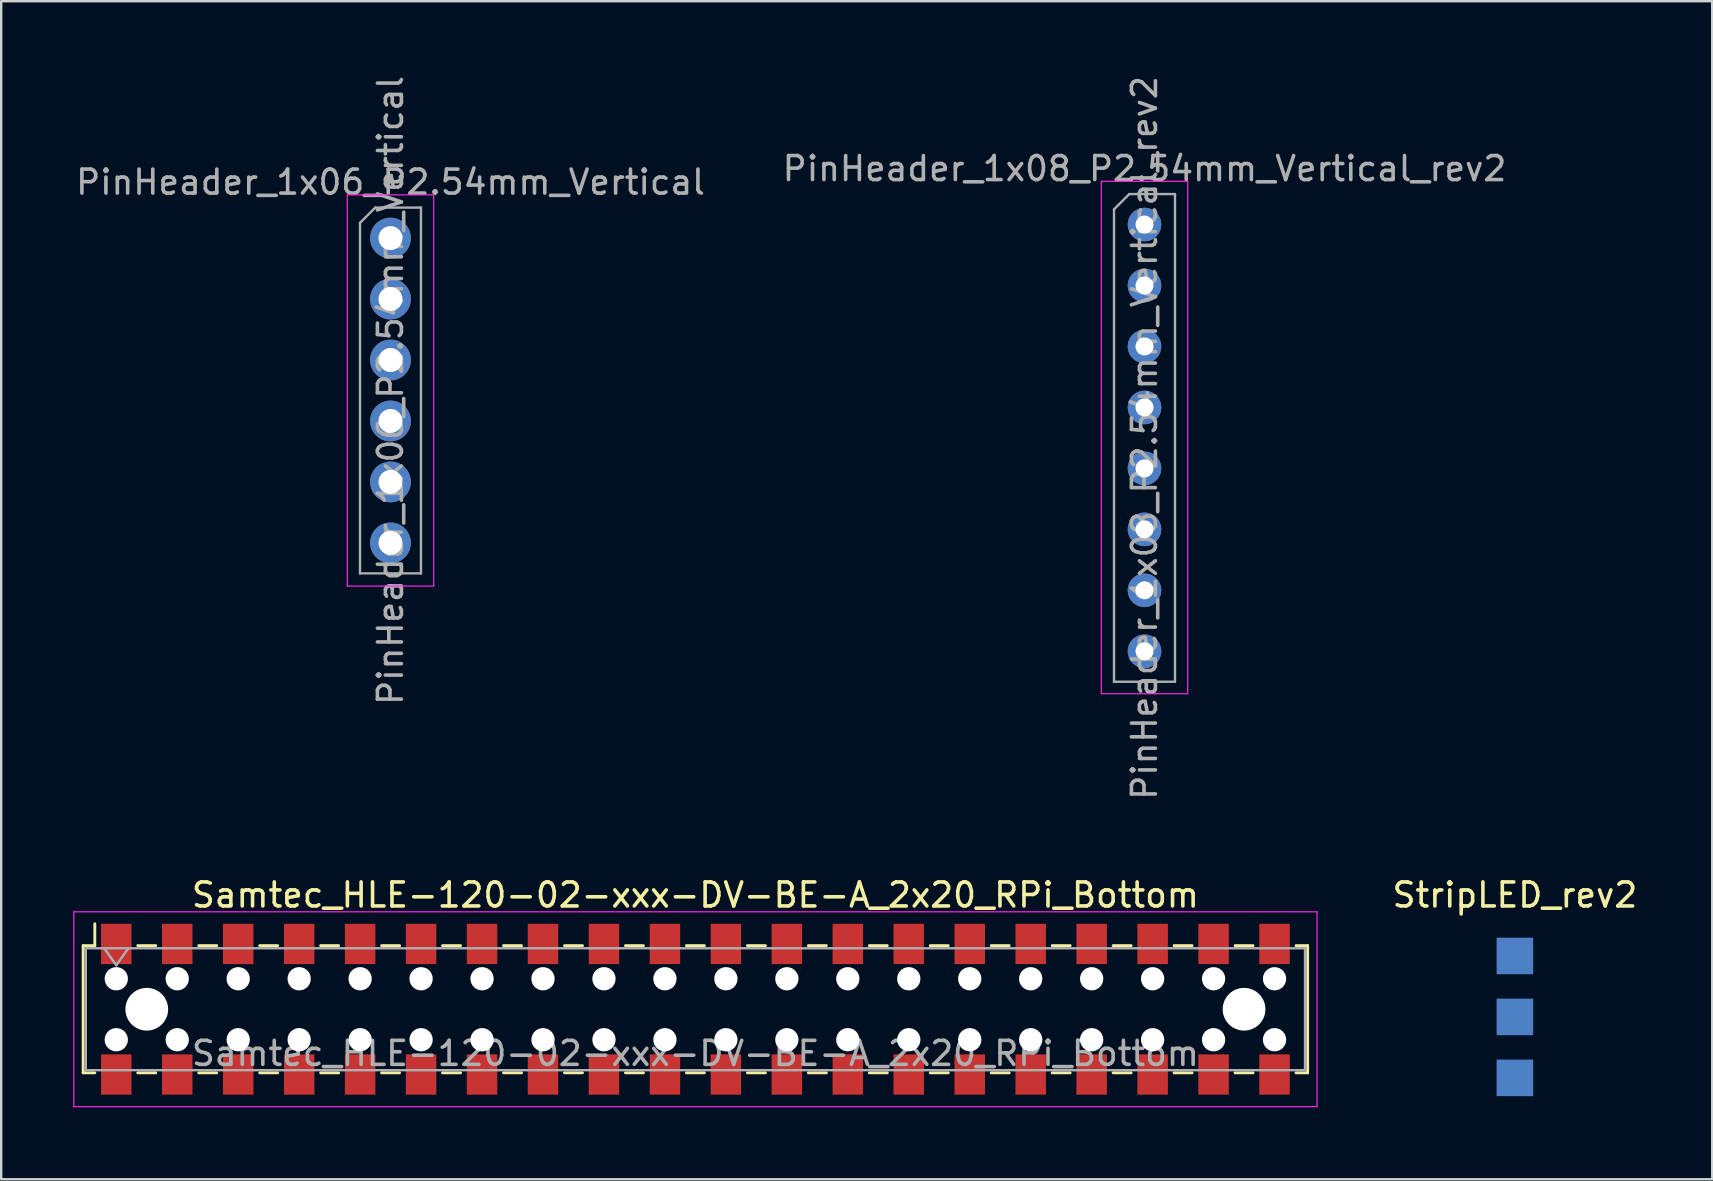
<source format=kicad_pcb>
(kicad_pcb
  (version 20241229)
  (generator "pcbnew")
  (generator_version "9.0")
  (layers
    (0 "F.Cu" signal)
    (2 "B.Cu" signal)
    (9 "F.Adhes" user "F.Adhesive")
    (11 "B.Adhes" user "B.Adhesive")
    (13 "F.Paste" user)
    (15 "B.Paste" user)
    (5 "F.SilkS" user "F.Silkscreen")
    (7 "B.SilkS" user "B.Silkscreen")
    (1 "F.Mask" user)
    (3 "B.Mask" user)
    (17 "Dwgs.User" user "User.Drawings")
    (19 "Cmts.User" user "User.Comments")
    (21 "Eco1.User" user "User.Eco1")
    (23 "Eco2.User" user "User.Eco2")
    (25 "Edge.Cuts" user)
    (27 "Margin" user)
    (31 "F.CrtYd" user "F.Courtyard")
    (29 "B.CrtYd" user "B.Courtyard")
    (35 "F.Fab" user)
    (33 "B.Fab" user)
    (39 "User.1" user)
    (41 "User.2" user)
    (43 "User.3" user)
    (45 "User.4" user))
  (footprint "PinHeader_1x06_P2.54mm_Vertical"
    (layer "F.Cu")
    (at 13.22 6.87)
    (property "Reference" "PinHeader_1x06_P2.54mm_Vertical" (at 0 -2.33 0) (layer "F.Fab") (effects (font (size 1 1) (thickness 0.15))))
    (attr through_hole)
    (fp_line (start -1.8 -1.8) (end -1.8 14.5) (stroke (width 0.05) (type solid)) (layer "F.CrtYd"))
    (fp_line (start -1.8 14.5) (end 1.8 14.5) (stroke (width 0.05) (type solid)) (layer "F.CrtYd"))
    (fp_line (start 1.8 -1.8) (end -1.8 -1.8) (stroke (width 0.05) (type solid)) (layer "F.CrtYd"))
    (fp_line (start 1.8 14.5) (end 1.8 -1.8) (stroke (width 0.05) (type solid)) (layer "F.CrtYd"))
    (fp_line (start -1.27 -0.635) (end -0.635 -1.27) (stroke (width 0.1) (type solid)) (layer "F.Fab"))
    (fp_line (start -1.27 13.97) (end -1.27 -0.635) (stroke (width 0.1) (type solid)) (layer "F.Fab"))
    (fp_line (start -0.635 -1.27) (end 1.27 -1.27) (stroke (width 0.1) (type solid)) (layer "F.Fab"))
    (fp_line (start 1.27 -1.27) (end 1.27 13.97) (stroke (width 0.1) (type solid)) (layer "F.Fab"))
    (fp_line (start 1.27 13.97) (end -1.27 13.97) (stroke (width 0.1) (type solid)) (layer "F.Fab"))
    (fp_text user "${REFERENCE}" (at 0 6.35 90) (layer "F.Fab") (effects (font (size 1 1) (thickness 0.15))))
    (pad "1" thru_hole circle (at 0 0) (size 1.7 1.7) (drill 1) (layers "*.Cu" "*.Mask"))
    (pad "2" thru_hole oval (at 0 2.54) (size 1.7 1.7) (drill 1) (layers "*.Cu" "*.Mask"))
    (pad "3" thru_hole oval (at 0 5.08) (size 1.7 1.7) (drill 1) (layers "*.Cu" "*.Mask"))
    (pad "4" thru_hole oval (at 0 7.62) (size 1.7 1.7) (drill 1) (layers "*.Cu" "*.Mask"))
    (pad "5" thru_hole oval (at 0 10.16) (size 1.7 1.7) (drill 1) (layers "*.Cu" "*.Mask"))
    (pad "6" thru_hole oval (at 0 12.7) (size 1.7 1.7) (drill 1) (layers "*.Cu" "*.Mask")))
  (footprint "StripLED_rev2"
    (layer "F.Cu")
    (at 60.07 36.781)
    (property "Reference" "StripLED_rev2" (at 0 -2.54 0) (layer "F.SilkS") (effects (font (size 1 1) (thickness 0.15))))
    (attr through_hole)
    (pad "1" smd rect (at 0 5.08) (size 1.524 1.524) (layers "B.Cu" "B.Mask" "B.Paste"))
    (pad "2" smd rect (at 0 2.54) (size 1.524 1.524) (layers "B.Cu" "B.Mask" "B.Paste"))
    (pad "3" smd rect (at 0 0) (size 1.524 1.524) (layers "B.Cu" "B.Mask" "B.Paste")))
  (footprint "PinHeader_1x08_P2.54mm_Vertical_rev2"
    (layer "F.Cu")
    (at 44.637 6.306)
    (property "Reference" "PinHeader_1x08_P2.54mm_Vertical_rev2" (at 0 -2.33 0) (layer "F.Fab") (effects (font (size 1 1) (thickness 0.15))))
    (attr through_hole)
    (fp_line (start -1.8 -1.8) (end -1.8 19.55) (stroke (width 0.05) (type solid)) (layer "F.CrtYd"))
    (fp_line (start -1.8 19.55) (end 1.8 19.55) (stroke (width 0.05) (type solid)) (layer "F.CrtYd"))
    (fp_line (start 1.8 -1.8) (end -1.8 -1.8) (stroke (width 0.05) (type solid)) (layer "F.CrtYd"))
    (fp_line (start 1.8 19.55) (end 1.8 -1.8) (stroke (width 0.05) (type solid)) (layer "F.CrtYd"))
    (fp_line (start -1.27 -0.635) (end -0.635 -1.27) (stroke (width 0.1) (type solid)) (layer "F.Fab"))
    (fp_line (start -1.27 19.05) (end -1.27 -0.635) (stroke (width 0.1) (type solid)) (layer "F.Fab"))
    (fp_line (start -0.635 -1.27) (end 1.27 -1.27) (stroke (width 0.1) (type solid)) (layer "F.Fab"))
    (fp_line (start 1.27 -1.27) (end 1.27 19.05) (stroke (width 0.1) (type solid)) (layer "F.Fab"))
    (fp_line (start 1.27 19.05) (end -1.27 19.05) (stroke (width 0.1) (type solid)) (layer "F.Fab"))
    (fp_text user "${REFERENCE}" (at 0 8.89 90) (layer "F.Fab") (effects (font (size 1 1) (thickness 0.15))))
    (pad "1" thru_hole circle (at 0 0) (size 1.4 1.4) (drill 0.75) (layers "*.Cu" "*.Mask"))
    (pad "2" thru_hole circle (at 0 2.54) (size 1.4 1.4) (drill 0.75) (layers "*.Cu" "*.Mask"))
    (pad "3" thru_hole circle (at 0 5.08) (size 1.4 1.4) (drill 0.75) (layers "*.Cu" "*.Mask"))
    (pad "4" thru_hole circle (at 0 7.62) (size 1.4 1.4) (drill 0.75) (layers "*.Cu" "*.Mask"))
    (pad "5" thru_hole circle (at 0 10.16) (size 1.4 1.4) (drill 0.75) (layers "*.Cu" "*.Mask"))
    (pad "6" thru_hole circle (at 0 12.7) (size 1.4 1.4) (drill 0.75) (layers "*.Cu" "*.Mask"))
    (pad "7" thru_hole circle (at 0 15.24) (size 1.4 1.4) (drill 0.75) (layers "*.Cu" "*.Mask"))
    (pad "8" thru_hole circle (at 0 17.78) (size 1.4 1.4) (drill 0.75) (layers "*.Cu" "*.Mask")))
  (footprint "Samtec_HLE-120-02-xxx-DV-BE-A_2x20_RPi_Bottom"
    (layer "F.Cu")
    (at 25.925 39.001)
    (property "Reference" "Samtec_HLE-120-02-xxx-DV-BE-A_2x20_RPi_Bottom" (at 0 -4.76 0) (layer "F.SilkS") (effects (font (size 1 1) (thickness 0.15))))
    (attr smd)
    (fp_line (start -25.51 -2.65) (end -25.51 2.65) (stroke (width 0.12) (type solid)) (layer "F.SilkS"))
    (fp_line (start -25.51 2.65) (end -25.025 2.65) (stroke (width 0.12) (type solid)) (layer "F.SilkS"))
    (fp_line (start -25.025 -3.56) (end -25.025 -2.65) (stroke (width 0.12) (type solid)) (layer "F.SilkS"))
    (fp_line (start -25.025 -2.65) (end -25.51 -2.65) (stroke (width 0.12) (type solid)) (layer "F.SilkS"))
    (fp_line (start -23.235 -2.65) (end -22.485 -2.65) (stroke (width 0.12) (type solid)) (layer "F.SilkS"))
    (fp_line (start -23.235 2.65) (end -22.485 2.65) (stroke (width 0.12) (type solid)) (layer "F.SilkS"))
    (fp_line (start -20.695 -2.65) (end -19.945 -2.65) (stroke (width 0.12) (type solid)) (layer "F.SilkS"))
    (fp_line (start -20.695 2.65) (end -19.945 2.65) (stroke (width 0.12) (type solid)) (layer "F.SilkS"))
    (fp_line (start -18.155 -2.65) (end -17.405 -2.65) (stroke (width 0.12) (type solid)) (layer "F.SilkS"))
    (fp_line (start -18.155 2.65) (end -17.405 2.65) (stroke (width 0.12) (type solid)) (layer "F.SilkS"))
    (fp_line (start -15.615 -2.65) (end -14.865 -2.65) (stroke (width 0.12) (type solid)) (layer "F.SilkS"))
    (fp_line (start -15.615 2.65) (end -14.865 2.65) (stroke (width 0.12) (type solid)) (layer "F.SilkS"))
    (fp_line (start -13.075 -2.65) (end -12.325 -2.65) (stroke (width 0.12) (type solid)) (layer "F.SilkS"))
    (fp_line (start -13.075 2.65) (end -12.325 2.65) (stroke (width 0.12) (type solid)) (layer "F.SilkS"))
    (fp_line (start -10.535 -2.65) (end -9.785 -2.65) (stroke (width 0.12) (type solid)) (layer "F.SilkS"))
    (fp_line (start -10.535 2.65) (end -9.785 2.65) (stroke (width 0.12) (type solid)) (layer "F.SilkS"))
    (fp_line (start -7.995 -2.65) (end -7.245 -2.65) (stroke (width 0.12) (type solid)) (layer "F.SilkS"))
    (fp_line (start -7.995 2.65) (end -7.245 2.65) (stroke (width 0.12) (type solid)) (layer "F.SilkS"))
    (fp_line (start -5.455 -2.65) (end -4.705 -2.65) (stroke (width 0.12) (type solid)) (layer "F.SilkS"))
    (fp_line (start -5.455 2.65) (end -4.705 2.65) (stroke (width 0.12) (type solid)) (layer "F.SilkS"))
    (fp_line (start -2.915 -2.65) (end -2.165 -2.65) (stroke (width 0.12) (type solid)) (layer "F.SilkS"))
    (fp_line (start -2.915 2.65) (end -2.165 2.65) (stroke (width 0.12) (type solid)) (layer "F.SilkS"))
    (fp_line (start -0.375 -2.65) (end 0.375 -2.65) (stroke (width 0.12) (type solid)) (layer "F.SilkS"))
    (fp_line (start -0.375 2.65) (end 0.375 2.65) (stroke (width 0.12) (type solid)) (layer "F.SilkS"))
    (fp_line (start 2.165 -2.65) (end 2.915 -2.65) (stroke (width 0.12) (type solid)) (layer "F.SilkS"))
    (fp_line (start 2.165 2.65) (end 2.915 2.65) (stroke (width 0.12) (type solid)) (layer "F.SilkS"))
    (fp_line (start 4.705 -2.65) (end 5.455 -2.65) (stroke (width 0.12) (type solid)) (layer "F.SilkS"))
    (fp_line (start 4.705 2.65) (end 5.455 2.65) (stroke (width 0.12) (type solid)) (layer "F.SilkS"))
    (fp_line (start 7.245 -2.65) (end 7.995 -2.65) (stroke (width 0.12) (type solid)) (layer "F.SilkS"))
    (fp_line (start 7.245 2.65) (end 7.995 2.65) (stroke (width 0.12) (type solid)) (layer "F.SilkS"))
    (fp_line (start 9.785 -2.65) (end 10.535 -2.65) (stroke (width 0.12) (type solid)) (layer "F.SilkS"))
    (fp_line (start 9.785 2.65) (end 10.535 2.65) (stroke (width 0.12) (type solid)) (layer "F.SilkS"))
    (fp_line (start 12.325 -2.65) (end 13.075 -2.65) (stroke (width 0.12) (type solid)) (layer "F.SilkS"))
    (fp_line (start 12.325 2.65) (end 13.075 2.65) (stroke (width 0.12) (type solid)) (layer "F.SilkS"))
    (fp_line (start 14.865 -2.65) (end 15.615 -2.65) (stroke (width 0.12) (type solid)) (layer "F.SilkS"))
    (fp_line (start 14.865 2.65) (end 15.615 2.65) (stroke (width 0.12) (type solid)) (layer "F.SilkS"))
    (fp_line (start 17.405 -2.65) (end 18.155 -2.65) (stroke (width 0.12) (type solid)) (layer "F.SilkS"))
    (fp_line (start 17.405 2.65) (end 18.155 2.65) (stroke (width 0.12) (type solid)) (layer "F.SilkS"))
    (fp_line (start 19.945 -2.65) (end 20.695 -2.65) (stroke (width 0.12) (type solid)) (layer "F.SilkS"))
    (fp_line (start 19.945 2.65) (end 20.695 2.65) (stroke (width 0.12) (type solid)) (layer "F.SilkS"))
    (fp_line (start 22.485 -2.65) (end 23.235 -2.65) (stroke (width 0.12) (type solid)) (layer "F.SilkS"))
    (fp_line (start 22.485 2.65) (end 23.235 2.65) (stroke (width 0.12) (type solid)) (layer "F.SilkS"))
    (fp_line (start 25.025 -2.65) (end 25.51 -2.65) (stroke (width 0.12) (type solid)) (layer "F.SilkS"))
    (fp_line (start 25.51 -2.65) (end 25.51 2.65) (stroke (width 0.12) (type solid)) (layer "F.SilkS"))
    (fp_line (start 25.51 2.65) (end 25.025 2.65) (stroke (width 0.12) (type solid)) (layer "F.SilkS"))
    (fp_line (start -25.9 -4.06) (end 25.9 -4.06) (stroke (width 0.05) (type solid)) (layer "F.CrtYd"))
    (fp_line (start -25.9 4.06) (end -25.9 -4.06) (stroke (width 0.05) (type solid)) (layer "F.CrtYd"))
    (fp_line (start 25.9 -4.06) (end 25.9 4.06) (stroke (width 0.05) (type solid)) (layer "F.CrtYd"))
    (fp_line (start 25.9 4.06) (end -25.9 4.06) (stroke (width 0.05) (type solid)) (layer "F.CrtYd"))
    (fp_line (start -25.4 -2.54) (end 25.4 -2.54) (stroke (width 0.1) (type solid)) (layer "F.Fab"))
    (fp_line (start -25.4 2.54) (end -25.4 -2.54) (stroke (width 0.1) (type solid)) (layer "F.Fab"))
    (fp_line (start -24.63 -2.54) (end -24.13 -1.833) (stroke (width 0.1) (type solid)) (layer "F.Fab"))
    (fp_line (start -24.13 -1.833) (end -23.63 -2.54) (stroke (width 0.1) (type solid)) (layer "F.Fab"))
    (fp_line (start 25.4 -2.54) (end 25.4 2.54) (stroke (width 0.1) (type solid)) (layer "F.Fab"))
    (fp_line (start 25.4 2.54) (end -25.4 2.54) (stroke (width 0.1) (type solid)) (layer "F.Fab"))
    (fp_text user "${REFERENCE}" (at 0 1.84 0) (layer "F.Fab") (effects (font (size 1 1) (thickness 0.15))))
    (pad "" np_thru_hole circle (at -24.13 -1.27) (size 0.97 0.97) (drill 0.97) (layers "*.Cu" "*.Mask"))
    (pad "" np_thru_hole circle (at -24.13 1.27) (size 0.97 0.97) (drill 0.97) (layers "*.Cu" "*.Mask"))
    (pad "" np_thru_hole circle (at -22.86 0) (size 1.78 1.78) (drill 1.78) (layers "*.Cu" "*.Mask"))
    (pad "" np_thru_hole circle (at -21.59 -1.27) (size 0.97 0.97) (drill 0.97) (layers "*.Cu" "*.Mask"))
    (pad "" np_thru_hole circle (at -21.59 1.27) (size 0.97 0.97) (drill 0.97) (layers "*.Cu" "*.Mask"))
    (pad "" np_thru_hole circle (at -19.05 -1.27) (size 0.97 0.97) (drill 0.97) (layers "*.Cu" "*.Mask"))
    (pad "" np_thru_hole circle (at -19.05 1.27) (size 0.97 0.97) (drill 0.97) (layers "*.Cu" "*.Mask"))
    (pad "" np_thru_hole circle (at -16.51 -1.27) (size 0.97 0.97) (drill 0.97) (layers "*.Cu" "*.Mask"))
    (pad "" np_thru_hole circle (at -16.51 1.27) (size 0.97 0.97) (drill 0.97) (layers "*.Cu" "*.Mask"))
    (pad "" np_thru_hole circle (at -13.97 -1.27) (size 0.97 0.97) (drill 0.97) (layers "*.Cu" "*.Mask"))
    (pad "" np_thru_hole circle (at -13.97 1.27) (size 0.97 0.97) (drill 0.97) (layers "*.Cu" "*.Mask"))
    (pad "" np_thru_hole circle (at -11.43 -1.27) (size 0.97 0.97) (drill 0.97) (layers "*.Cu" "*.Mask"))
    (pad "" np_thru_hole circle (at -11.43 1.27) (size 0.97 0.97) (drill 0.97) (layers "*.Cu" "*.Mask"))
    (pad "" np_thru_hole circle (at -8.89 -1.27) (size 0.97 0.97) (drill 0.97) (layers "*.Cu" "*.Mask"))
    (pad "" np_thru_hole circle (at -8.89 1.27) (size 0.97 0.97) (drill 0.97) (layers "*.Cu" "*.Mask"))
    (pad "" np_thru_hole circle (at -6.35 -1.27) (size 0.97 0.97) (drill 0.97) (layers "*.Cu" "*.Mask"))
    (pad "" np_thru_hole circle (at -6.35 1.27) (size 0.97 0.97) (drill 0.97) (layers "*.Cu" "*.Mask"))
    (pad "" np_thru_hole circle (at -3.81 -1.27) (size 0.97 0.97) (drill 0.97) (layers "*.Cu" "*.Mask"))
    (pad "" np_thru_hole circle (at -3.81 1.27) (size 0.97 0.97) (drill 0.97) (layers "*.Cu" "*.Mask"))
    (pad "" np_thru_hole circle (at -1.27 -1.27) (size 0.97 0.97) (drill 0.97) (layers "*.Cu" "*.Mask"))
    (pad "" np_thru_hole circle (at -1.27 1.27) (size 0.97 0.97) (drill 0.97) (layers "*.Cu" "*.Mask"))
    (pad "" np_thru_hole circle (at 1.27 -1.27) (size 0.97 0.97) (drill 0.97) (layers "*.Cu" "*.Mask"))
    (pad "" np_thru_hole circle (at 1.27 1.27) (size 0.97 0.97) (drill 0.97) (layers "*.Cu" "*.Mask"))
    (pad "" np_thru_hole circle (at 3.81 -1.27) (size 0.97 0.97) (drill 0.97) (layers "*.Cu" "*.Mask"))
    (pad "" np_thru_hole circle (at 3.81 1.27) (size 0.97 0.97) (drill 0.97) (layers "*.Cu" "*.Mask"))
    (pad "" np_thru_hole circle (at 6.35 -1.27) (size 0.97 0.97) (drill 0.97) (layers "*.Cu" "*.Mask"))
    (pad "" np_thru_hole circle (at 6.35 1.27) (size 0.97 0.97) (drill 0.97) (layers "*.Cu" "*.Mask"))
    (pad "" np_thru_hole circle (at 8.89 -1.27) (size 0.97 0.97) (drill 0.97) (layers "*.Cu" "*.Mask"))
    (pad "" np_thru_hole circle (at 8.89 1.27) (size 0.97 0.97) (drill 0.97) (layers "*.Cu" "*.Mask"))
    (pad "" np_thru_hole circle (at 11.43 -1.27) (size 0.97 0.97) (drill 0.97) (layers "*.Cu" "*.Mask"))
    (pad "" np_thru_hole circle (at 11.43 1.27) (size 0.97 0.97) (drill 0.97) (layers "*.Cu" "*.Mask"))
    (pad "" np_thru_hole circle (at 13.97 -1.27) (size 0.97 0.97) (drill 0.97) (layers "*.Cu" "*.Mask"))
    (pad "" np_thru_hole circle (at 13.97 1.27) (size 0.97 0.97) (drill 0.97) (layers "*.Cu" "*.Mask"))
    (pad "" np_thru_hole circle (at 16.51 -1.27) (size 0.97 0.97) (drill 0.97) (layers "*.Cu" "*.Mask"))
    (pad "" np_thru_hole circle (at 16.51 1.27) (size 0.97 0.97) (drill 0.97) (layers "*.Cu" "*.Mask"))
    (pad "" np_thru_hole circle (at 19.05 -1.27) (size 0.97 0.97) (drill 0.97) (layers "*.Cu" "*.Mask"))
    (pad "" np_thru_hole circle (at 19.05 1.27) (size 0.97 0.97) (drill 0.97) (layers "*.Cu" "*.Mask"))
    (pad "" np_thru_hole circle (at 21.59 -1.27) (size 0.97 0.97) (drill 0.97) (layers "*.Cu" "*.Mask"))
    (pad "" np_thru_hole circle (at 21.59 1.27) (size 0.97 0.97) (drill 0.97) (layers "*.Cu" "*.Mask"))
    (pad "" np_thru_hole circle (at 22.86 0) (size 1.78 1.78) (drill 1.78) (layers "*.Cu" "*.Mask"))
    (pad "" np_thru_hole circle (at 24.13 -1.27) (size 0.97 0.97) (drill 0.97) (layers "*.Cu" "*.Mask"))
    (pad "" np_thru_hole circle (at 24.13 1.27) (size 0.97 0.97) (drill 0.97) (layers "*.Cu" "*.Mask"))
    (pad "1" smd rect (at -24.13 -2.72) (size 1.27 1.68) (layers "F.Cu" "F.Mask" "F.Paste"))
    (pad "2" smd rect (at -24.13 2.72) (size 1.27 1.68) (layers "F.Cu" "F.Mask" "F.Paste"))
    (pad "3" smd rect (at -21.59 -2.72) (size 1.27 1.68) (layers "F.Cu" "F.Mask" "F.Paste"))
    (pad "4" smd rect (at -21.59 2.72) (size 1.27 1.68) (layers "F.Cu" "F.Mask" "F.Paste"))
    (pad "5" smd rect (at -19.05 -2.72) (size 1.27 1.68) (layers "F.Cu" "F.Mask" "F.Paste"))
    (pad "6" smd rect (at -19.05 2.72) (size 1.27 1.68) (layers "F.Cu" "F.Mask" "F.Paste"))
    (pad "7" smd rect (at -16.51 -2.72) (size 1.27 1.68) (layers "F.Cu" "F.Mask" "F.Paste"))
    (pad "8" smd rect (at -16.51 2.72) (size 1.27 1.68) (layers "F.Cu" "F.Mask" "F.Paste"))
    (pad "9" smd rect (at -13.97 -2.72) (size 1.27 1.68) (layers "F.Cu" "F.Mask" "F.Paste"))
    (pad "10" smd rect (at -13.97 2.72) (size 1.27 1.68) (layers "F.Cu" "F.Mask" "F.Paste"))
    (pad "11" smd rect (at -11.43 -2.72) (size 1.27 1.68) (layers "F.Cu" "F.Mask" "F.Paste"))
    (pad "12" smd rect (at -11.43 2.72) (size 1.27 1.68) (layers "F.Cu" "F.Mask" "F.Paste"))
    (pad "13" smd rect (at -8.89 -2.72) (size 1.27 1.68) (layers "F.Cu" "F.Mask" "F.Paste"))
    (pad "14" smd rect (at -8.89 2.72) (size 1.27 1.68) (layers "F.Cu" "F.Mask" "F.Paste"))
    (pad "15" smd rect (at -6.35 -2.72) (size 1.27 1.68) (layers "F.Cu" "F.Mask" "F.Paste"))
    (pad "16" smd rect (at -6.35 2.72) (size 1.27 1.68) (layers "F.Cu" "F.Mask" "F.Paste"))
    (pad "17" smd rect (at -3.81 -2.72) (size 1.27 1.68) (layers "F.Cu" "F.Mask" "F.Paste"))
    (pad "18" smd rect (at -3.81 2.72) (size 1.27 1.68) (layers "F.Cu" "F.Mask" "F.Paste"))
    (pad "19" smd rect (at -1.27 -2.72) (size 1.27 1.68) (layers "F.Cu" "F.Mask" "F.Paste"))
    (pad "20" smd rect (at -1.27 2.72) (size 1.27 1.68) (layers "F.Cu" "F.Mask" "F.Paste"))
    (pad "21" smd rect (at 1.27 -2.72) (size 1.27 1.68) (layers "F.Cu" "F.Mask" "F.Paste"))
    (pad "22" smd rect (at 1.27 2.72) (size 1.27 1.68) (layers "F.Cu" "F.Mask" "F.Paste"))
    (pad "23" smd rect (at 3.81 -2.72) (size 1.27 1.68) (layers "F.Cu" "F.Mask" "F.Paste"))
    (pad "24" smd rect (at 3.81 2.72) (size 1.27 1.68) (layers "F.Cu" "F.Mask" "F.Paste"))
    (pad "25" smd rect (at 6.35 -2.72) (size 1.27 1.68) (layers "F.Cu" "F.Mask" "F.Paste"))
    (pad "26" smd rect (at 6.35 2.72) (size 1.27 1.68) (layers "F.Cu" "F.Mask" "F.Paste"))
    (pad "27" smd rect (at 8.89 -2.72) (size 1.27 1.68) (layers "F.Cu" "F.Mask" "F.Paste"))
    (pad "28" smd rect (at 8.89 2.72) (size 1.27 1.68) (layers "F.Cu" "F.Mask" "F.Paste"))
    (pad "29" smd rect (at 11.43 -2.72) (size 1.27 1.68) (layers "F.Cu" "F.Mask" "F.Paste"))
    (pad "30" smd rect (at 11.43 2.72) (size 1.27 1.68) (layers "F.Cu" "F.Mask" "F.Paste"))
    (pad "31" smd rect (at 13.97 -2.72) (size 1.27 1.68) (layers "F.Cu" "F.Mask" "F.Paste"))
    (pad "32" smd rect (at 13.97 2.72) (size 1.27 1.68) (layers "F.Cu" "F.Mask" "F.Paste"))
    (pad "33" smd rect (at 16.51 -2.72) (size 1.27 1.68) (layers "F.Cu" "F.Mask" "F.Paste"))
    (pad "34" smd rect (at 16.51 2.72) (size 1.27 1.68) (layers "F.Cu" "F.Mask" "F.Paste"))
    (pad "35" smd rect (at 19.05 -2.72) (size 1.27 1.68) (layers "F.Cu" "F.Mask" "F.Paste"))
    (pad "36" smd rect (at 19.05 2.72) (size 1.27 1.68) (layers "F.Cu" "F.Mask" "F.Paste"))
    (pad "37" smd rect (at 21.59 -2.72) (size 1.27 1.68) (layers "F.Cu" "F.Mask" "F.Paste"))
    (pad "38" smd rect (at 21.59 2.72) (size 1.27 1.68) (layers "F.Cu" "F.Mask" "F.Paste"))
    (pad "39" smd rect (at 24.13 -2.72) (size 1.27 1.68) (layers "F.Cu" "F.Mask" "F.Paste"))
    (pad "40" smd rect (at 24.13 2.72) (size 1.27 1.68) (layers "F.Cu" "F.Mask" "F.Paste")))
  (gr_rect
    (start -3 -3)
    (end 68.29 46.086)
    (stroke (width 0.1) (type default))
    (fill no)
    (layer "Edge.Cuts")))
</source>
